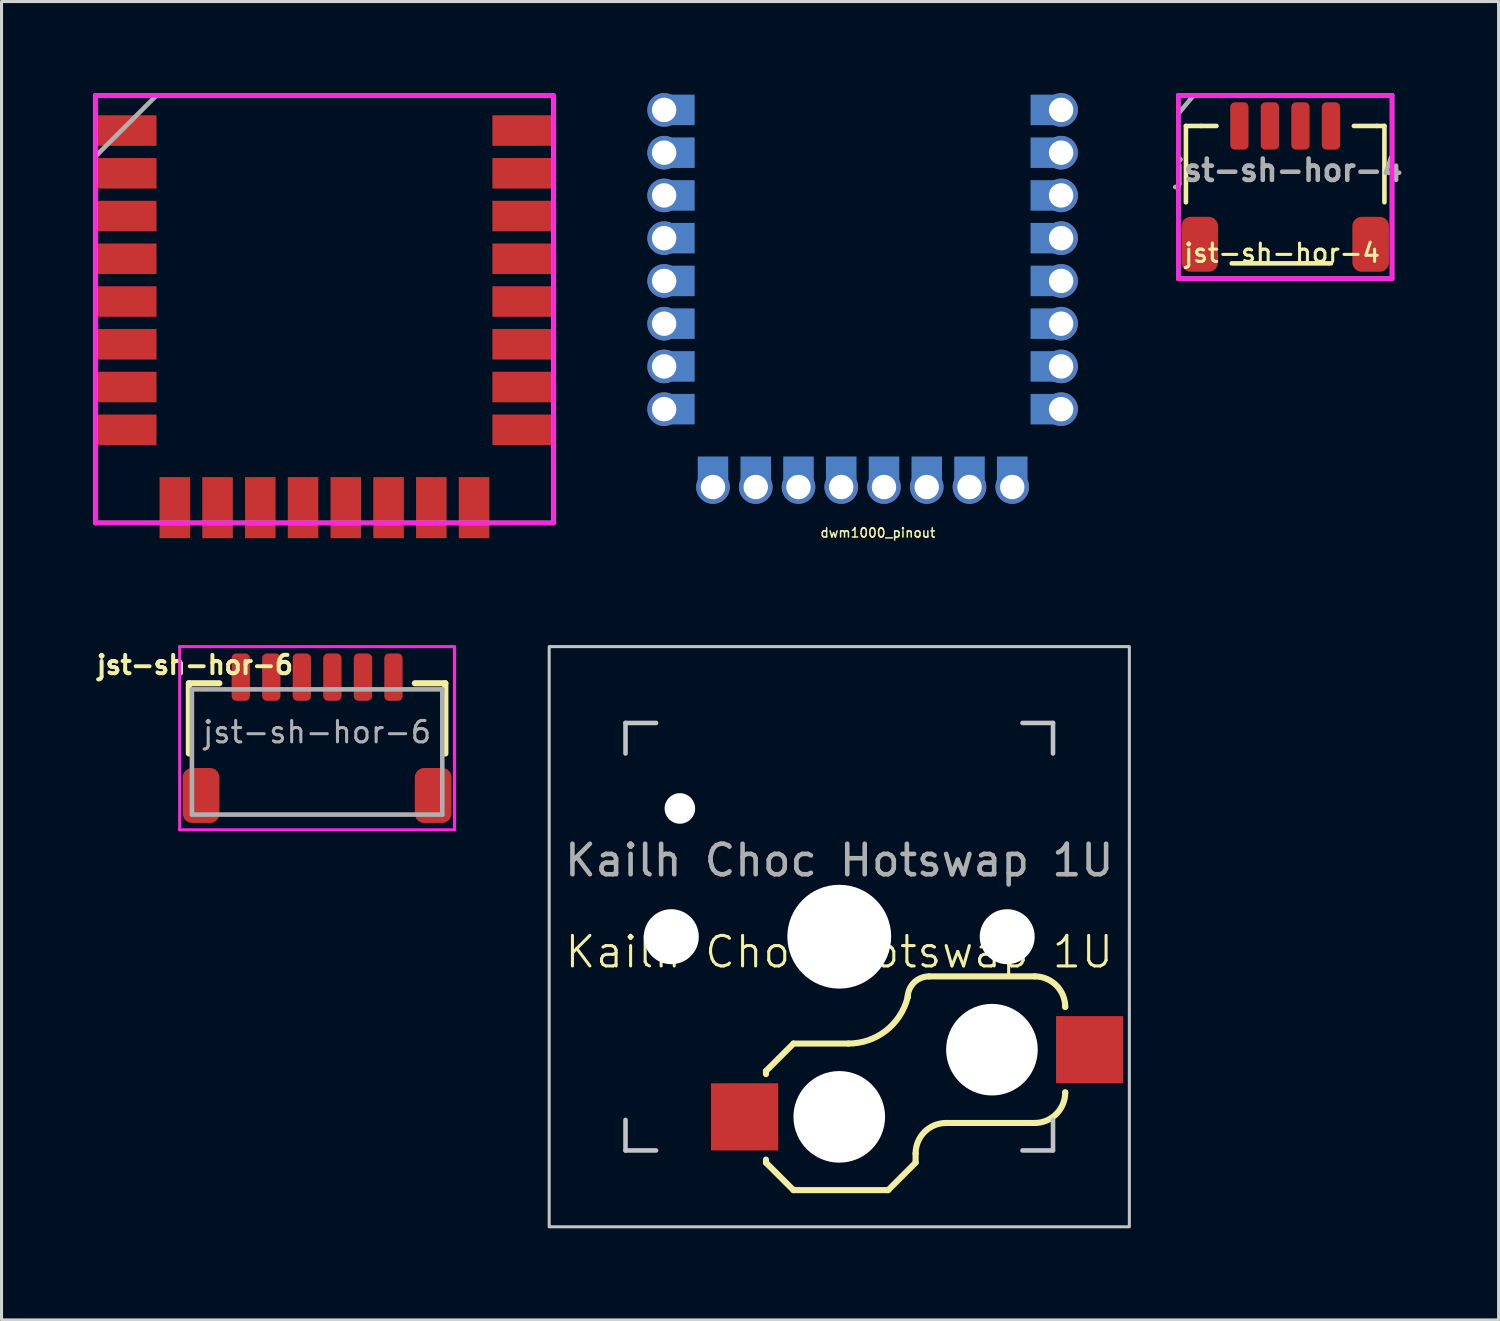
<source format=kicad_pcb>
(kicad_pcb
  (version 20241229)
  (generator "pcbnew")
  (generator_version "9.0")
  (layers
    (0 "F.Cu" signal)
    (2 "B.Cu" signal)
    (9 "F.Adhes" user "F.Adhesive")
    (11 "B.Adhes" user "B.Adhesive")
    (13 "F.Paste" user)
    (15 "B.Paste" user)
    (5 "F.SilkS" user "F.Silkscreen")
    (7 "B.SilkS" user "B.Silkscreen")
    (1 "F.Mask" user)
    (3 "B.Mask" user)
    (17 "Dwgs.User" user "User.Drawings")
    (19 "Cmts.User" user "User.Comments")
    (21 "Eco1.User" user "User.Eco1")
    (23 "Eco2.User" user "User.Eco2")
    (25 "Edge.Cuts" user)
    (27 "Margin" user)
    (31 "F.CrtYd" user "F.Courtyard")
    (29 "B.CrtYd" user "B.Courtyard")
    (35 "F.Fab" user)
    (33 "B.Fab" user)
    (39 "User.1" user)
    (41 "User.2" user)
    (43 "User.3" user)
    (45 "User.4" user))
  (footprint "dwm1000_pinout"
    (layer "F.Cu")
    (at 25.2 12.9)
    (property "Reference" "dwm1000_pinout" (at 0.5 1.5 0) (layer "F.SilkS") (effects (font (size 0.3 0.3) (thickness 0.05))))
    (attr exclude_from_pos_files exclude_from_bom)
    (pad "" connect circle (at -6.5 -12.35 180) (size 0.8 0.8) (layers "F.Mask"))
    (pad "" connect circle (at -6.5 -10.95 180) (size 0.8 0.8) (layers "F.Mask"))
    (pad "" connect circle (at -6.5 -9.55 180) (size 0.8 0.8) (layers "F.Mask"))
    (pad "" connect circle (at -6.5 -8.15 180) (size 0.8 0.8) (layers "F.Mask"))
    (pad "" connect circle (at -6.5 -6.75 180) (size 0.8 0.8) (layers "F.Mask"))
    (pad "" connect circle (at -6.5 -5.35 180) (size 0.8 0.8) (layers "F.Mask"))
    (pad "" connect circle (at -6.5 -3.95 180) (size 0.8 0.8) (layers "F.Mask"))
    (pad "" connect circle (at -6.5 -2.55 180) (size 0.8 0.8) (layers "F.Mask"))
    (pad "" connect circle (at -4.9 0 180) (size 0.8 0.8) (layers "F.Mask"))
    (pad "" connect circle (at -3.5 0 180) (size 0.8 0.8) (layers "F.Mask"))
    (pad "" connect circle (at -2.1 0 180) (size 0.8 0.8) (layers "F.Mask"))
    (pad "" connect circle (at -0.7 0 180) (size 0.8 0.8) (layers "F.Mask"))
    (pad "" connect circle (at 0.7 0 180) (size 0.8 0.8) (layers "F.Mask"))
    (pad "" connect circle (at 2.1 0 180) (size 0.8 0.8) (layers "F.Mask"))
    (pad "" connect circle (at 3.5 0 180) (size 0.8 0.8) (layers "F.Mask"))
    (pad "" connect circle (at 4.9 0 180) (size 0.8 0.8) (layers "F.Mask"))
    (pad "" connect circle (at 6.5 -12.35 180) (size 0.8 0.8) (layers "F.Mask"))
    (pad "" connect circle (at 6.5 -10.95 180) (size 0.8 0.8) (layers "F.Mask"))
    (pad "" connect circle (at 6.5 -9.55 180) (size 0.8 0.8) (layers "F.Mask"))
    (pad "" connect circle (at 6.5 -8.15 180) (size 0.8 0.8) (layers "F.Mask"))
    (pad "" connect circle (at 6.5 -6.75 180) (size 0.8 0.8) (layers "F.Mask"))
    (pad "" connect circle (at 6.5 -5.35 180) (size 0.8 0.8) (layers "F.Mask"))
    (pad "" connect circle (at 6.5 -3.95 180) (size 0.8 0.8) (layers "F.Mask"))
    (pad "" connect circle (at 6.5 -2.55 180) (size 0.8 0.8) (layers "F.Mask"))
    (pad "1" thru_hole circle (at -6.5 -12.35 180) (size 1.1 1.1) (drill 0.8) (layers "*.Cu" "B.Mask"))
    (pad "1" smd rect (at -6 -12.35 180) (size 1 1) (layers "B.Cu" "B.Mask"))
    (pad "2" thru_hole circle (at -6.5 -10.95 180) (size 1.1 1.1) (drill 0.8) (layers "*.Cu" "B.Mask"))
    (pad "2" smd rect (at -6 -10.95 180) (size 1 1) (layers "B.Cu" "B.Mask"))
    (pad "3" thru_hole circle (at -6.5 -9.55 180) (size 1.1 1.1) (drill 0.8) (layers "*.Cu" "B.Mask"))
    (pad "3" smd rect (at -6 -9.55 180) (size 1 1) (layers "B.Cu" "B.Mask"))
    (pad "4" thru_hole circle (at -6.5 -8.15 180) (size 1.1 1.1) (drill 0.8) (layers "*.Cu" "B.Mask"))
    (pad "4" smd rect (at -6 -8.15 180) (size 1 1) (layers "B.Cu" "B.Mask"))
    (pad "5" thru_hole circle (at -6.5 -6.75 180) (size 1.1 1.1) (drill 0.8) (layers "*.Cu" "B.Mask"))
    (pad "5" smd rect (at -6 -6.75 180) (size 1 1) (layers "B.Cu" "B.Mask"))
    (pad "6" thru_hole circle (at -6.5 -5.35 180) (size 1.1 1.1) (drill 0.8) (layers "*.Cu" "B.Mask"))
    (pad "6" smd rect (at -6 -5.35 180) (size 1 1) (layers "B.Cu" "B.Mask"))
    (pad "7" thru_hole circle (at -6.5 -3.95 180) (size 1.1 1.1) (drill 0.8) (layers "*.Cu" "B.Mask"))
    (pad "7" smd rect (at -6 -3.95 180) (size 1 1) (layers "B.Cu" "B.Mask"))
    (pad "8" thru_hole circle (at -6.5 -2.55 180) (size 1.1 1.1) (drill 0.8) (layers "*.Cu" "B.Mask"))
    (pad "8" smd rect (at -6 -2.55 180) (size 1 1) (layers "B.Cu" "B.Mask"))
    (pad "9" smd rect (at -4.9 -0.5 180) (size 1 1) (layers "B.Cu" "B.Mask"))
    (pad "9" thru_hole circle (at -4.9 0 180) (size 1.1 1.1) (drill 0.8) (layers "*.Cu" "B.Mask"))
    (pad "10" smd rect (at -3.5 -0.5 180) (size 1 1) (layers "B.Cu" "B.Mask"))
    (pad "10" thru_hole circle (at -3.5 0 180) (size 1.1 1.1) (drill 0.8) (layers "*.Cu" "B.Mask"))
    (pad "11" smd rect (at -2.1 -0.5 180) (size 1 1) (layers "B.Cu" "B.Mask"))
    (pad "11" thru_hole circle (at -2.1 0 180) (size 1.1 1.1) (drill 0.8) (layers "*.Cu" "B.Mask"))
    (pad "12" smd rect (at -0.7 -0.5 180) (size 1 1) (layers "B.Cu" "B.Mask"))
    (pad "12" thru_hole circle (at -0.7 0 180) (size 1.1 1.1) (drill 0.8) (layers "*.Cu" "B.Mask"))
    (pad "13" smd rect (at 0.7 -0.5 180) (size 1 1) (layers "B.Cu" "B.Mask"))
    (pad "13" thru_hole circle (at 0.7 0 180) (size 1.1 1.1) (drill 0.8) (layers "*.Cu" "B.Mask"))
    (pad "14" smd rect (at 2.1 -0.5 180) (size 1 1) (layers "B.Cu" "B.Mask"))
    (pad "14" thru_hole circle (at 2.1 0 180) (size 1.1 1.1) (drill 0.8) (layers "*.Cu" "B.Mask"))
    (pad "15" smd rect (at 3.5 -0.5 180) (size 1 1) (layers "B.Cu" "B.Mask"))
    (pad "15" thru_hole circle (at 3.5 0 180) (size 1.1 1.1) (drill 0.8) (layers "*.Cu" "B.Mask"))
    (pad "16" smd rect (at 4.9 -0.5 180) (size 1 1) (layers "B.Cu" "B.Mask"))
    (pad "16" thru_hole circle (at 4.9 0 180) (size 1.1 1.1) (drill 0.8) (layers "*.Cu" "B.Mask"))
    (pad "17" smd rect (at 6 -2.55 180) (size 1 1) (layers "B.Cu" "B.Mask"))
    (pad "17" thru_hole circle (at 6.5 -2.55 180) (size 1.1 1.1) (drill 0.8) (layers "*.Cu" "B.Mask"))
    (pad "18" smd rect (at 6 -3.95 180) (size 1 1) (layers "B.Cu" "B.Mask"))
    (pad "18" thru_hole circle (at 6.5 -3.95 180) (size 1.1 1.1) (drill 0.8) (layers "*.Cu" "B.Mask"))
    (pad "19" smd rect (at 6 -5.35 180) (size 1 1) (layers "B.Cu" "B.Mask"))
    (pad "19" thru_hole circle (at 6.5 -5.35 180) (size 1.1 1.1) (drill 0.8) (layers "*.Cu" "B.Mask"))
    (pad "20" smd rect (at 6 -6.75 180) (size 1 1) (layers "B.Cu" "B.Mask"))
    (pad "20" thru_hole circle (at 6.5 -6.75 180) (size 1.1 1.1) (drill 0.8) (layers "*.Cu" "B.Mask"))
    (pad "21" smd rect (at 6 -8.15 180) (size 1 1) (layers "B.Cu" "B.Mask"))
    (pad "21" thru_hole circle (at 6.5 -8.15 180) (size 1.1 1.1) (drill 0.8) (layers "*.Cu" "B.Mask"))
    (pad "22" smd rect (at 6 -9.55 180) (size 1 1) (layers "B.Cu" "B.Mask"))
    (pad "22" thru_hole circle (at 6.5 -9.55 180) (size 1.1 1.1) (drill 0.8) (layers "*.Cu" "B.Mask"))
    (pad "23" smd rect (at 6 -10.95 180) (size 1 1) (layers "B.Cu" "B.Mask"))
    (pad "23" thru_hole circle (at 6.5 -10.95 180) (size 1.1 1.1) (drill 0.8) (layers "*.Cu" "B.Mask"))
    (pad "24" smd rect (at 6 -12.35 180) (size 1 1) (layers "B.Cu" "B.Mask"))
    (pad "24" thru_hole circle (at 6.5 -12.35 180) (size 1.1 1.1) (drill 0.8) (layers "*.Cu" "B.Mask")))
  (footprint "jst-sh-hor-6"
    (layer "F.Cu")
    (at 7.335 20.926)
    (property "Reference" "jst-sh-hor-6" (at -4 -2.2 0) (layer "F.SilkS") (effects (font (size 0.6 0.6) (thickness 0.13))))
    (property "Value" "${VALUE}" (at 0 1 0) (layer "F.Fab") (hide yes) (effects (font (size 0.3 0.3) (thickness 0.04))))
    (attr through_hole)
    (fp_line (start -4.2 -1.6) (end -3.2 -1.6) (stroke (width 0.2) (type solid)) (layer "F.SilkS"))
    (fp_line (start -4.2 0.7) (end -4.2 -1.6) (stroke (width 0.2) (type solid)) (layer "F.SilkS"))
    (fp_line (start 3.2 -1.6) (end 4.2 -1.6) (stroke (width 0.2) (type solid)) (layer "F.SilkS"))
    (fp_line (start 4.2 -1.6) (end 4.2 0.7) (stroke (width 0.2) (type solid)) (layer "F.SilkS"))
    (fp_line (start -4.5 -2.8) (end -4.5 3.2) (stroke (width 0.1) (type solid)) (layer "F.CrtYd"))
    (fp_line (start -4.5 3.2) (end 4.5 3.2) (stroke (width 0.1) (type solid)) (layer "F.CrtYd"))
    (fp_line (start 4.5 -2.8) (end -4.5 -2.8) (stroke (width 0.1) (type solid)) (layer "F.CrtYd"))
    (fp_line (start 4.5 3.2) (end 4.5 -2.8) (stroke (width 0.1) (type solid)) (layer "F.CrtYd"))
    (fp_line (start -4.1 -1.4) (end -4.1 2.7) (stroke (width 0.15) (type solid)) (layer "F.Fab"))
    (fp_line (start -4.1 2.7) (end 4.1 2.7) (stroke (width 0.15) (type solid)) (layer "F.Fab"))
    (fp_line (start 4.1 -1.4) (end -4.1 -1.4) (stroke (width 0.15) (type solid)) (layer "F.Fab"))
    (fp_line (start 4.1 2.7) (end 4.1 -1.4) (stroke (width 0.15) (type solid)) (layer "F.Fab"))
    (fp_text user "${REFERENCE}" (at 0 0 0) (layer "F.Fab") (effects (font (size 0.7 0.7) (thickness 0.1))))
    (pad "0" smd roundrect (at -3.8 2.075 180) (size 1.2 1.8) (layers "F.Cu" "F.Mask" "F.Paste") (roundrect_rratio 0.25))
    (pad "0" smd roundrect (at 3.8 2.075 180) (size 1.2 1.8) (layers "F.Cu" "F.Mask" "F.Paste") (roundrect_rratio 0.25))
    (pad "1" smd roundrect (at -2.5 -1.8) (size 0.6 1.55) (layers "F.Cu" "F.Mask" "F.Paste") (roundrect_rratio 0.25))
    (pad "2" smd roundrect (at -1.5 -1.8) (size 0.6 1.55) (layers "F.Cu" "F.Mask" "F.Paste") (roundrect_rratio 0.25))
    (pad "3" smd roundrect (at -0.5 -1.8) (size 0.6 1.55) (layers "F.Cu" "F.Mask" "F.Paste") (roundrect_rratio 0.25))
    (pad "4" smd roundrect (at 0.5 -1.8) (size 0.6 1.55) (layers "F.Cu" "F.Mask" "F.Paste") (roundrect_rratio 0.25))
    (pad "5" smd roundrect (at 1.5 -1.8) (size 0.6 1.55) (layers "F.Cu" "F.Mask" "F.Paste") (roundrect_rratio 0.25))
    (pad "6" smd roundrect (at 2.5 -1.8) (size 0.6 1.55) (layers "F.Cu" "F.Mask" "F.Paste") (roundrect_rratio 0.25)))
  (footprint "jst-sh-hor-4"
    (layer "F.Cu")
    (at 39.038 1.075)
    (property "Reference" "jst-sh-hor-4" (at -0.1 4.162 0) (layer "F.SilkS") (effects (font (size 0.6 0.6) (thickness 0.1))))
    (attr through_hole)
    (fp_line (start -3.25 0) (end -2.75 0) (stroke (width 0.15) (type solid)) (layer "F.SilkS"))
    (fp_line (start -3.25 2.5) (end -3.25 0) (stroke (width 0.15) (type solid)) (layer "F.SilkS"))
    (fp_line (start -2.75 0) (end -2.25 0) (stroke (width 0.15) (type solid)) (layer "F.SilkS"))
    (fp_line (start -1.75 4.5) (end 1.5 4.5) (stroke (width 0.15) (type solid)) (layer "F.SilkS"))
    (fp_line (start 2.25 0) (end 3 0) (stroke (width 0.15) (type solid)) (layer "F.SilkS"))
    (fp_line (start 3 0) (end 3.25 0) (stroke (width 0.15) (type solid)) (layer "F.SilkS"))
    (fp_line (start 3.25 0) (end 3.25 2.5) (stroke (width 0.15) (type solid)) (layer "F.SilkS"))
    (fp_line (start -3.5 -1) (end -3.5 5) (stroke (width 0.15) (type solid)) (layer "F.CrtYd"))
    (fp_line (start -3.5 5) (end 3.5 5) (stroke (width 0.15) (type solid)) (layer "F.CrtYd"))
    (fp_line (start 3.5 -1) (end -3.5 -1) (stroke (width 0.15) (type solid)) (layer "F.CrtYd"))
    (fp_line (start 3.5 5) (end 3.5 -1) (stroke (width 0.15) (type solid)) (layer "F.CrtYd"))
    (fp_line (start -3.5 -1) (end -3.5 5) (stroke (width 0.15) (type solid)) (layer "F.Fab"))
    (fp_line (start -3.5 -0.4) (end -3 -1) (stroke (width 0.15) (type solid)) (layer "F.Fab"))
    (fp_line (start -3.5 5) (end 3.5 5) (stroke (width 0.15) (type solid)) (layer "F.Fab"))
    (fp_line (start 3.5 -1) (end -3.5 -1) (stroke (width 0.15) (type solid)) (layer "F.Fab"))
    (fp_line (start 3.5 5) (end 3.5 -1) (stroke (width 0.15) (type solid)) (layer "F.Fab"))
    (fp_text user "${REFERENCE}" (at 0.1 1.45 0) (layer "F.Fab") (effects (font (size 0.7 0.7) (thickness 0.15))))
    (pad "" smd roundrect (at -2.8 3.875 180) (size 1.2 1.8) (layers "F.Cu" "F.Mask" "F.Paste") (roundrect_rratio 0.25))
    (pad "" smd roundrect (at 2.8 3.875 180) (size 1.2 1.8) (layers "F.Cu" "F.Mask" "F.Paste") (roundrect_rratio 0.25))
    (pad "1" smd roundrect (at -1.5 0) (size 0.6 1.55) (layers "F.Cu" "F.Mask" "F.Paste") (roundrect_rratio 0.25))
    (pad "2" smd roundrect (at -0.5 0) (size 0.6 1.55) (layers "F.Cu" "F.Mask" "F.Paste") (roundrect_rratio 0.25))
    (pad "3" smd roundrect (at 0.5 0) (size 0.6 1.55) (layers "F.Cu" "F.Mask" "F.Paste") (roundrect_rratio 0.25))
    (pad "4" smd roundrect (at 1.5 0) (size 0.6 1.55) (layers "F.Cu" "F.Mask" "F.Paste") (roundrect_rratio 0.25)))
  (footprint "Kailh Choc Hotswap 1U"
    (layer "F.Cu")
    (at 24.435 27.626)
    (property "Reference" "Kailh Choc Hotswap 1U" (at 0 0.5 0) (unlocked yes) (layer "F.SilkS") (effects (font (size 1 1) (thickness 0.1))))
    (attr smd)
    (fp_line (start -2.4 4.4) (end -2.4 4.5) (stroke (width 0.2) (type default)) (layer "F.SilkS"))
    (fp_line (start -2.4 7.3) (end -2.4 7.4) (stroke (width 0.2) (type default)) (layer "F.SilkS"))
    (fp_line (start -2.4 7.4) (end -1.5 8.3) (stroke (width 0.2) (type default)) (layer "F.SilkS"))
    (fp_line (start -1.5 3.5) (end -2.4 4.4) (stroke (width 0.2) (type default)) (layer "F.SilkS"))
    (fp_line (start -1.5 8.3) (end 1.6 8.3) (stroke (width 0.2) (type default)) (layer "F.SilkS"))
    (fp_line (start 0.3 3.5) (end -1.5 3.5) (stroke (width 0.2) (type default)) (layer "F.SilkS"))
    (fp_line (start 1.6 8.3) (end 2.5 7.4) (stroke (width 0.2) (type default)) (layer "F.SilkS"))
    (fp_line (start 2.244 1.938) (end 2.239 1.99) (stroke (width 0.2) (type default)) (layer "F.SilkS"))
    (fp_line (start 2.5 7.4) (end 2.5 7.1) (stroke (width 0.2) (type default)) (layer "F.SilkS"))
    (fp_line (start 3.5 6.1) (end 6.4 6.1) (stroke (width 0.2) (type default)) (layer "F.SilkS"))
    (fp_line (start 6.4 1.3) (end 2.941 1.3) (stroke (width 0.2) (type default)) (layer "F.SilkS"))
    (fp_line (start 7.4 2.3) (end 7.4 2.3) (stroke (width 0.2) (type default)) (layer "F.SilkS"))
    (fp_line (start 7.4 5.1) (end 7.4 5.1) (stroke (width 0.2) (type default)) (layer "F.SilkS"))
    (fp_arc (start 2.239002 1.990174) (mid 1.52875 3.078029) (end 0.3 3.5) (stroke (width 0.2) (type default)) (layer "F.SilkS"))
    (fp_arc (start 2.24358 1.938374) (mid 2.468177 1.483697) (end 2.940862 1.3) (stroke (width 0.2) (type default)) (layer "F.SilkS"))
    (fp_arc (start 2.5 7.1) (mid 2.792893 6.392893) (end 3.5 6.1) (stroke (width 0.2) (type default)) (layer "F.SilkS"))
    (fp_arc (start 6.4 1.3) (mid 7.107107 1.592893) (end 7.4 2.3) (stroke (width 0.2) (type default)) (layer "F.SilkS"))
    (fp_arc (start 7.4 5.1) (mid 7.107107 5.807107) (end 6.4 6.1) (stroke (width 0.2) (type default)) (layer "F.SilkS"))
    (fp_line (start -7 -7) (end -6 -7) (stroke (width 0.15) (type solid)) (layer "Dwgs.User"))
    (fp_line (start -7 -6) (end -7 -7) (stroke (width 0.15) (type solid)) (layer "Dwgs.User"))
    (fp_line (start -7 7) (end -7 6) (stroke (width 0.15) (type solid)) (layer "Dwgs.User"))
    (fp_line (start -6 7) (end -7 7) (stroke (width 0.15) (type solid)) (layer "Dwgs.User"))
    (fp_line (start 6 7) (end 7 7) (stroke (width 0.15) (type solid)) (layer "Dwgs.User"))
    (fp_line (start 7 -7) (end 6 -7) (stroke (width 0.15) (type solid)) (layer "Dwgs.User"))
    (fp_line (start 7 -6) (end 7 -7) (stroke (width 0.15) (type solid)) (layer "Dwgs.User"))
    (fp_line (start 7 7) (end 7 6) (stroke (width 0.15) (type solid)) (layer "Dwgs.User"))
    (fp_rect (start 9.5 9.5) (end -9.5 -9.5) (stroke (width 0.1) (type default)) (fill no) (layer "Dwgs.User"))
    (fp_text user "${REFERENCE}" (at 0 -2.5 0) (unlocked yes) (layer "F.Fab") (effects (font (size 1 1) (thickness 0.15))))
    (pad "" np_thru_hole circle (at -5.5 0 90) (size 1.8 1.8) (drill 1.8) (layers "*.Cu" "*.Mask"))
    (pad "" np_thru_hole circle (at -5.22 -4.2 180) (size 1 1) (drill 1) (layers "*.Cu" "*.Mask"))
    (pad "" np_thru_hole circle (at 0 0 90) (size 3.4 3.4) (drill 3.4) (layers "*.Cu" "*.Mask"))
    (pad "" np_thru_hole circle (at 0 5.9 90) (size 3 3) (drill 3) (layers "*.Cu" "*.Mask"))
    (pad "" np_thru_hole circle (at 5 3.7 270) (size 3 3) (drill 3) (layers "*.Cu" "*.Mask"))
    (pad "" np_thru_hole circle (at 5.5 0 90) (size 1.8 1.8) (drill 1.8) (layers "*.Cu" "*.Mask"))
    (pad "1" smd rect (at 8.2 3.7 180) (size 2.2 2.2) (layers "F.Cu" "F.Mask" "F.Paste"))
    (pad "2" smd rect (at -3.1 5.9 180) (size 2.2 2.2) (layers "F.Cu" "F.Mask" "F.Paste")))
  (footprint "dwm1000_footprint"
    (layer "F.Cu")
    (at 7.575 13.575)
    (property "Reference" "dwm1000_footprint" (at 0.5 1.5 0) (layer "F.SilkS") (effects (font (size 0.001 0.001) (thickness 0.00025))))
    (attr through_hole)
    (fp_line (start -7.5 -13.5) (end 7.5 -13.5) (stroke (width 0.15) (type solid)) (layer "F.CrtYd"))
    (fp_line (start -7.5 0.5) (end -7.5 -13.5) (stroke (width 0.15) (type solid)) (layer "F.CrtYd"))
    (fp_line (start 7.5 -13.5) (end 7.5 -13.5) (stroke (width 0.15) (type solid)) (layer "F.CrtYd"))
    (fp_line (start 7.5 -13.5) (end 7.5 0.5) (stroke (width 0.15) (type solid)) (layer "F.CrtYd"))
    (fp_line (start 7.5 0.5) (end -7.5 0.5) (stroke (width 0.15) (type solid)) (layer "F.CrtYd"))
    (fp_line (start -7.5 -13.5) (end 7.5 -13.5) (stroke (width 0.15) (type solid)) (layer "F.Fab"))
    (fp_line (start -7.5 -11.5) (end -5.5 -13.5) (stroke (width 0.15) (type solid)) (layer "F.Fab"))
    (fp_line (start -7.5 0.5) (end -7.5 -13.5) (stroke (width 0.15) (type solid)) (layer "F.Fab"))
    (fp_line (start 7.5 -13.5) (end 7.5 0.5) (stroke (width 0.15) (type solid)) (layer "F.Fab"))
    (fp_line (start 7.5 0.5) (end -7.5 0.5) (stroke (width 0.15) (type solid)) (layer "F.Fab"))
    (pad "1" smd rect (at -6.5 -12.35 180) (size 2 1) (layers "F.Cu" "F.Mask"))
    (pad "2" smd rect (at -6.5 -10.95 180) (size 2 1) (layers "F.Cu" "F.Mask"))
    (pad "3" smd rect (at -6.5 -9.55 180) (size 2 1) (layers "F.Cu" "F.Mask"))
    (pad "4" smd rect (at -6.5 -8.15 180) (size 2 1) (layers "F.Cu" "F.Mask"))
    (pad "5" smd rect (at -6.5 -6.75 180) (size 2 1) (layers "F.Cu" "F.Mask"))
    (pad "6" smd rect (at -6.5 -5.35 180) (size 2 1) (layers "F.Cu" "F.Mask"))
    (pad "7" smd rect (at -6.5 -3.95 180) (size 2 1) (layers "F.Cu" "F.Mask"))
    (pad "8" smd rect (at -6.5 -2.55 180) (size 2 1) (layers "F.Cu" "F.Mask"))
    (pad "9" smd rect (at -4.9 0 180) (size 1 2) (layers "F.Cu" "F.Mask"))
    (pad "10" smd rect (at -3.5 0 180) (size 1 2) (layers "F.Cu" "F.Mask"))
    (pad "11" smd rect (at -2.1 0 180) (size 1 2) (layers "F.Cu" "F.Mask"))
    (pad "12" smd rect (at -0.7 0 180) (size 1 2) (layers "F.Cu" "F.Mask"))
    (pad "13" smd rect (at 0.7 0 180) (size 1 2) (layers "F.Cu" "F.Mask"))
    (pad "14" smd rect (at 2.1 0 180) (size 1 2) (layers "F.Cu" "F.Mask"))
    (pad "15" smd rect (at 3.5 0 180) (size 1 2) (layers "F.Cu" "F.Mask"))
    (pad "16" smd rect (at 4.9 0 180) (size 1 2) (layers "F.Cu" "F.Mask"))
    (pad "17" smd rect (at 6.5 -2.55 180) (size 2 1) (layers "F.Cu" "F.Mask"))
    (pad "18" smd rect (at 6.5 -3.95 180) (size 2 1) (layers "F.Cu" "F.Mask"))
    (pad "19" smd rect (at 6.5 -5.35 180) (size 2 1) (layers "F.Cu" "F.Mask"))
    (pad "20" smd rect (at 6.5 -6.75 180) (size 2 1) (layers "F.Cu" "F.Mask"))
    (pad "21" smd rect (at 6.5 -8.15 180) (size 2 1) (layers "F.Cu" "F.Mask"))
    (pad "22" smd rect (at 6.5 -9.55 180) (size 2 1) (layers "F.Cu" "F.Mask"))
    (pad "23" smd rect (at 6.5 -10.95 180) (size 2 1) (layers "F.Cu" "F.Mask"))
    (pad "24" smd rect (at 6.5 -12.35 180) (size 2 1) (layers "F.Cu" "F.Mask")))
  (gr_rect
    (start -3 -3)
    (end 46.027 40.176)
    (stroke (width 0.1) (type default))
    (fill no)
    (layer "Edge.Cuts")))
</source>
